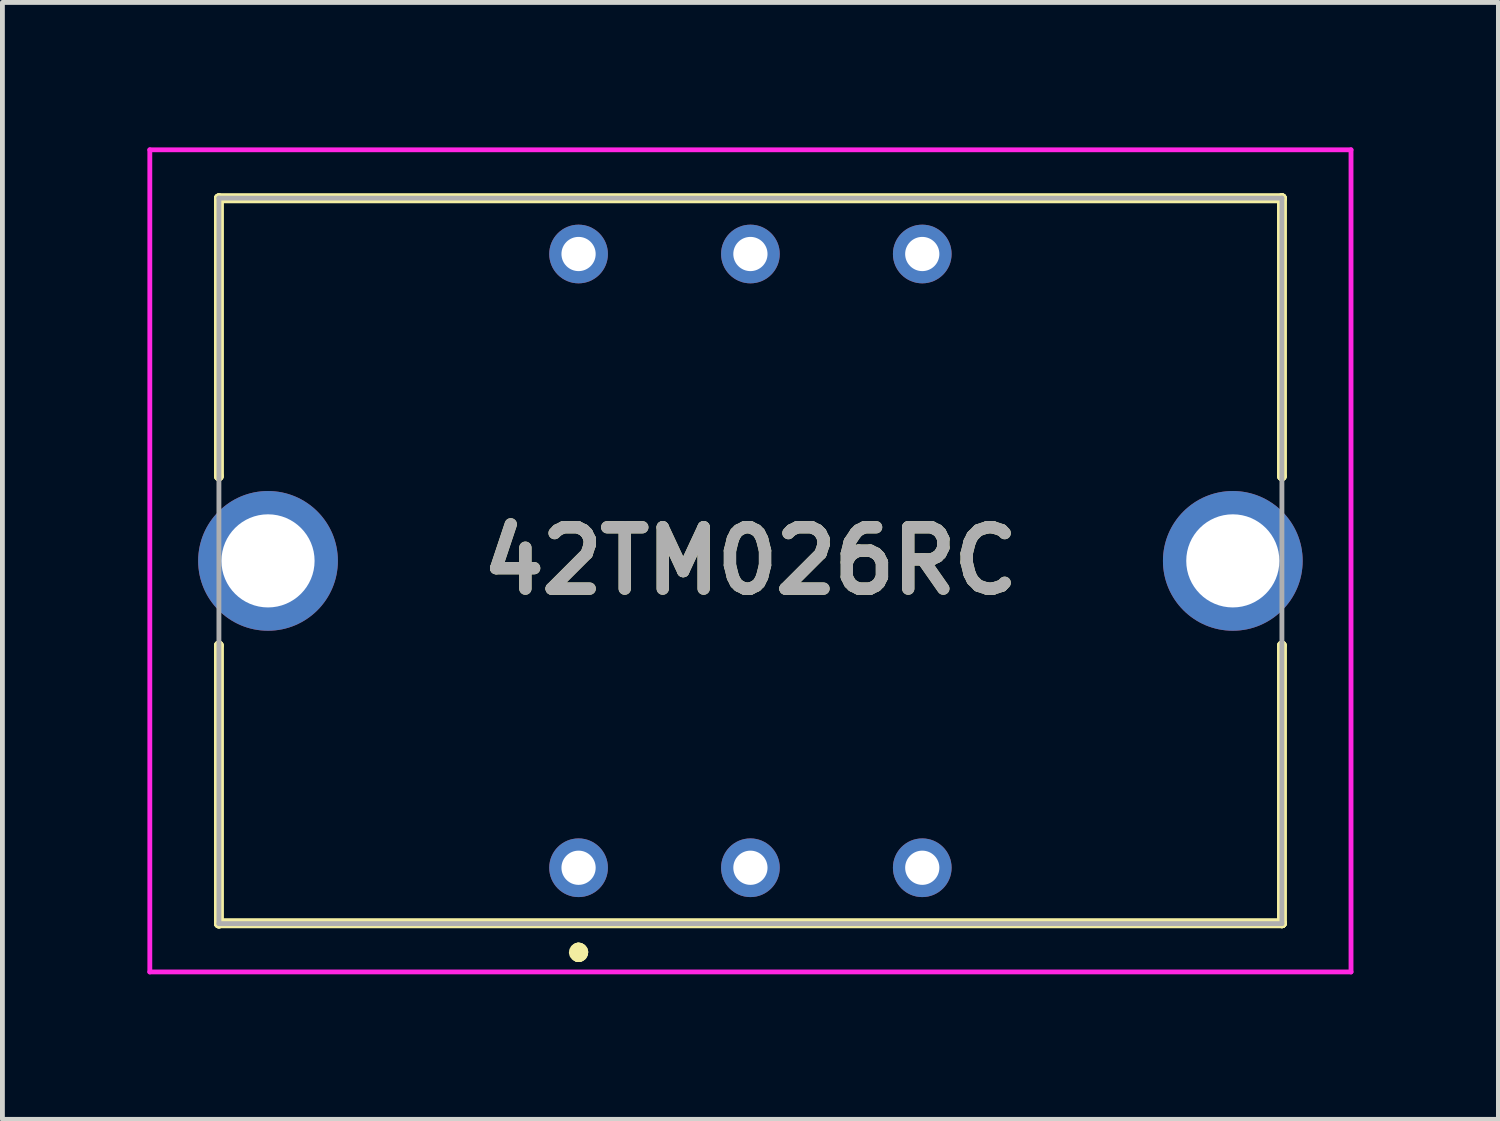
<source format=kicad_pcb>
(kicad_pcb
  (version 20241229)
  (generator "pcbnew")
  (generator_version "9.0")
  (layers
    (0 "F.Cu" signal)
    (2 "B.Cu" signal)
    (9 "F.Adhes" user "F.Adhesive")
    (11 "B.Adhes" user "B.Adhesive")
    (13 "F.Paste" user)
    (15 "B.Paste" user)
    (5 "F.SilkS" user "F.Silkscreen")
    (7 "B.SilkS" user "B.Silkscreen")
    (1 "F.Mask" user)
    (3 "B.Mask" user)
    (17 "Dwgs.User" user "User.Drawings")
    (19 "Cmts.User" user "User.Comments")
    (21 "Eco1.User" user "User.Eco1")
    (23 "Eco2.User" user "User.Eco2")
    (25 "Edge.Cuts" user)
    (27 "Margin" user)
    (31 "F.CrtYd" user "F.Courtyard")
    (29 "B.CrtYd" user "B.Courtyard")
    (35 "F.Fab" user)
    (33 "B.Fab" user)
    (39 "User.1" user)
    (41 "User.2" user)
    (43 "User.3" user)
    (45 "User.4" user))
  (footprint "42TM026RC"
    (layer "F.Cu")
    (at 8.922 14.906)
    (property "Reference" "42TM026RC" (at 3.556 -6.35 0) (layer "F.SilkS") (effects (font (size 1.27 1.27) (thickness 0.254))))
    (attr through_hole)
    (fp_line (start -7.444 -13.85) (end -7.444 -8.1) (stroke (width 0.2) (type solid)) (layer "F.SilkS"))
    (fp_line (start -7.444 -8.1) (end -7.442 -8.1) (stroke (width 0.2) (type solid)) (layer "F.SilkS"))
    (fp_line (start -7.444 -4.6) (end -7.444 1.156) (stroke (width 0.2) (type solid)) (layer "F.SilkS"))
    (fp_line (start -7.444 1.156) (end -7.442 1.156) (stroke (width 0.2) (type solid)) (layer "F.SilkS"))
    (fp_line (start -7.442 -13.856) (end -7.442 -13.85) (stroke (width 0.2) (type solid)) (layer "F.SilkS"))
    (fp_line (start -7.442 -13.85) (end -7.444 -13.85) (stroke (width 0.2) (type solid)) (layer "F.SilkS"))
    (fp_line (start -7.442 -13.85) (end 14.554 -13.85) (stroke (width 0.2) (type solid)) (layer "F.SilkS"))
    (fp_line (start -7.442 -8.1) (end -7.442 -13.85) (stroke (width 0.2) (type solid)) (layer "F.SilkS"))
    (fp_line (start -7.442 -4.6) (end -7.444 -4.6) (stroke (width 0.2) (type solid)) (layer "F.SilkS"))
    (fp_line (start -7.442 1.15) (end -7.442 1.15) (stroke (width 0.2) (type solid)) (layer "F.SilkS"))
    (fp_line (start -7.442 1.15) (end 14.556 1.15) (stroke (width 0.2) (type solid)) (layer "F.SilkS"))
    (fp_line (start -7.442 1.156) (end -7.442 -4.6) (stroke (width 0.2) (type solid)) (layer "F.SilkS"))
    (fp_line (start 0 1.7) (end 0 1.7) (stroke (width 0.3) (type solid)) (layer "F.SilkS"))
    (fp_line (start 0 1.8) (end 0 1.8) (stroke (width 0.3) (type solid)) (layer "F.SilkS"))
    (fp_line (start 0 1.8) (end 0 1.8) (stroke (width 0.3) (type solid)) (layer "F.SilkS"))
    (fp_line (start 14.554 -13.856) (end -7.442 -13.856) (stroke (width 0.2) (type solid)) (layer "F.SilkS"))
    (fp_line (start 14.554 -13.856) (end 14.554 -13.856) (stroke (width 0.2) (type solid)) (layer "F.SilkS"))
    (fp_line (start 14.554 -13.856) (end 14.554 -8.1) (stroke (width 0.2) (type solid)) (layer "F.SilkS"))
    (fp_line (start 14.554 -13.85) (end 14.554 -13.856) (stroke (width 0.2) (type solid)) (layer "F.SilkS"))
    (fp_line (start 14.554 -8.1) (end 14.554 -13.856) (stroke (width 0.2) (type solid)) (layer "F.SilkS"))
    (fp_line (start 14.554 -8.1) (end 14.554 -8.1) (stroke (width 0.2) (type solid)) (layer "F.SilkS"))
    (fp_line (start 14.554 -4.6) (end 14.554 -4.6) (stroke (width 0.2) (type solid)) (layer "F.SilkS"))
    (fp_line (start 14.554 -4.6) (end 14.554 1.15) (stroke (width 0.2) (type solid)) (layer "F.SilkS"))
    (fp_line (start 14.554 1.15) (end 14.554 -4.6) (stroke (width 0.2) (type solid)) (layer "F.SilkS"))
    (fp_line (start 14.554 1.15) (end 14.554 1.15) (stroke (width 0.2) (type solid)) (layer "F.SilkS"))
    (fp_line (start 14.556 1.15) (end -7.442 1.15) (stroke (width 0.2) (type solid)) (layer "F.SilkS"))
    (fp_line (start 14.556 1.15) (end 14.556 1.15) (stroke (width 0.2) (type solid)) (layer "F.SilkS"))
    (fp_arc (start 0 1.7) (mid 0.05 1.75) (end 0 1.8) (stroke (width 0.3) (type solid)) (layer "F.SilkS"))
    (fp_arc (start 0 1.7) (mid 0.05 1.75) (end 0 1.8) (stroke (width 0.3) (type solid)) (layer "F.SilkS"))
    (fp_arc (start 0 1.8) (mid -0.05 1.75) (end 0 1.7) (stroke (width 0.3) (type solid)) (layer "F.SilkS"))
    (fp_line (start -8.872 -14.856) (end 15.984 -14.856) (stroke (width 0.1) (type solid)) (layer "F.CrtYd"))
    (fp_line (start -8.872 2.156) (end -8.872 -14.856) (stroke (width 0.1) (type solid)) (layer "F.CrtYd"))
    (fp_line (start 15.984 -14.856) (end 15.984 2.156) (stroke (width 0.1) (type solid)) (layer "F.CrtYd"))
    (fp_line (start 15.984 2.156) (end -8.872 2.156) (stroke (width 0.1) (type solid)) (layer "F.CrtYd"))
    (fp_line (start -7.442 -13.856) (end -7.442 1.156) (stroke (width 0.1) (type solid)) (layer "F.Fab"))
    (fp_line (start -7.442 1.156) (end 14.554 1.156) (stroke (width 0.1) (type solid)) (layer "F.Fab"))
    (fp_line (start 14.554 -13.856) (end -7.442 -13.856) (stroke (width 0.1) (type solid)) (layer "F.Fab"))
    (fp_line (start 14.554 1.156) (end 14.554 -13.856) (stroke (width 0.1) (type solid)) (layer "F.Fab"))
    (fp_text user "${REFERENCE}" (at 3.556 -6.35 0) (layer "F.Fab") (effects (font (size 1.27 1.27) (thickness 0.254))))
    (pad "1" thru_hole circle (at 0 0) (size 1.214 1.214) (drill 0.708) (layers "*.Cu" "*.Mask"))
    (pad "2" thru_hole circle (at 3.556 0) (size 1.214 1.214) (drill 0.708) (layers "*.Cu" "*.Mask"))
    (pad "3" thru_hole circle (at 7.112 0) (size 1.214 1.214) (drill 0.708) (layers "*.Cu" "*.Mask"))
    (pad "4" thru_hole circle (at 7.112 -12.7) (size 1.214 1.214) (drill 0.708) (layers "*.Cu" "*.Mask"))
    (pad "5" thru_hole circle (at 3.556 -12.7) (size 1.214 1.214) (drill 0.708) (layers "*.Cu" "*.Mask"))
    (pad "6" thru_hole circle (at 0 -12.7) (size 1.214 1.214) (drill 0.708) (layers "*.Cu" "*.Mask"))
    (pad "MH1" thru_hole circle (at -6.426 -6.35) (size 2.891 2.891) (drill 1.927) (layers "*.Cu" "*.Mask"))
    (pad "MH2" thru_hole circle (at 13.538 -6.35) (size 2.891 2.891) (drill 1.927) (layers "*.Cu" "*.Mask")))
  (gr_rect
    (start -3 -3)
    (end 27.956 20.112)
    (stroke (width 0.1) (type default))
    (fill no)
    (layer "Edge.Cuts")))
</source>
